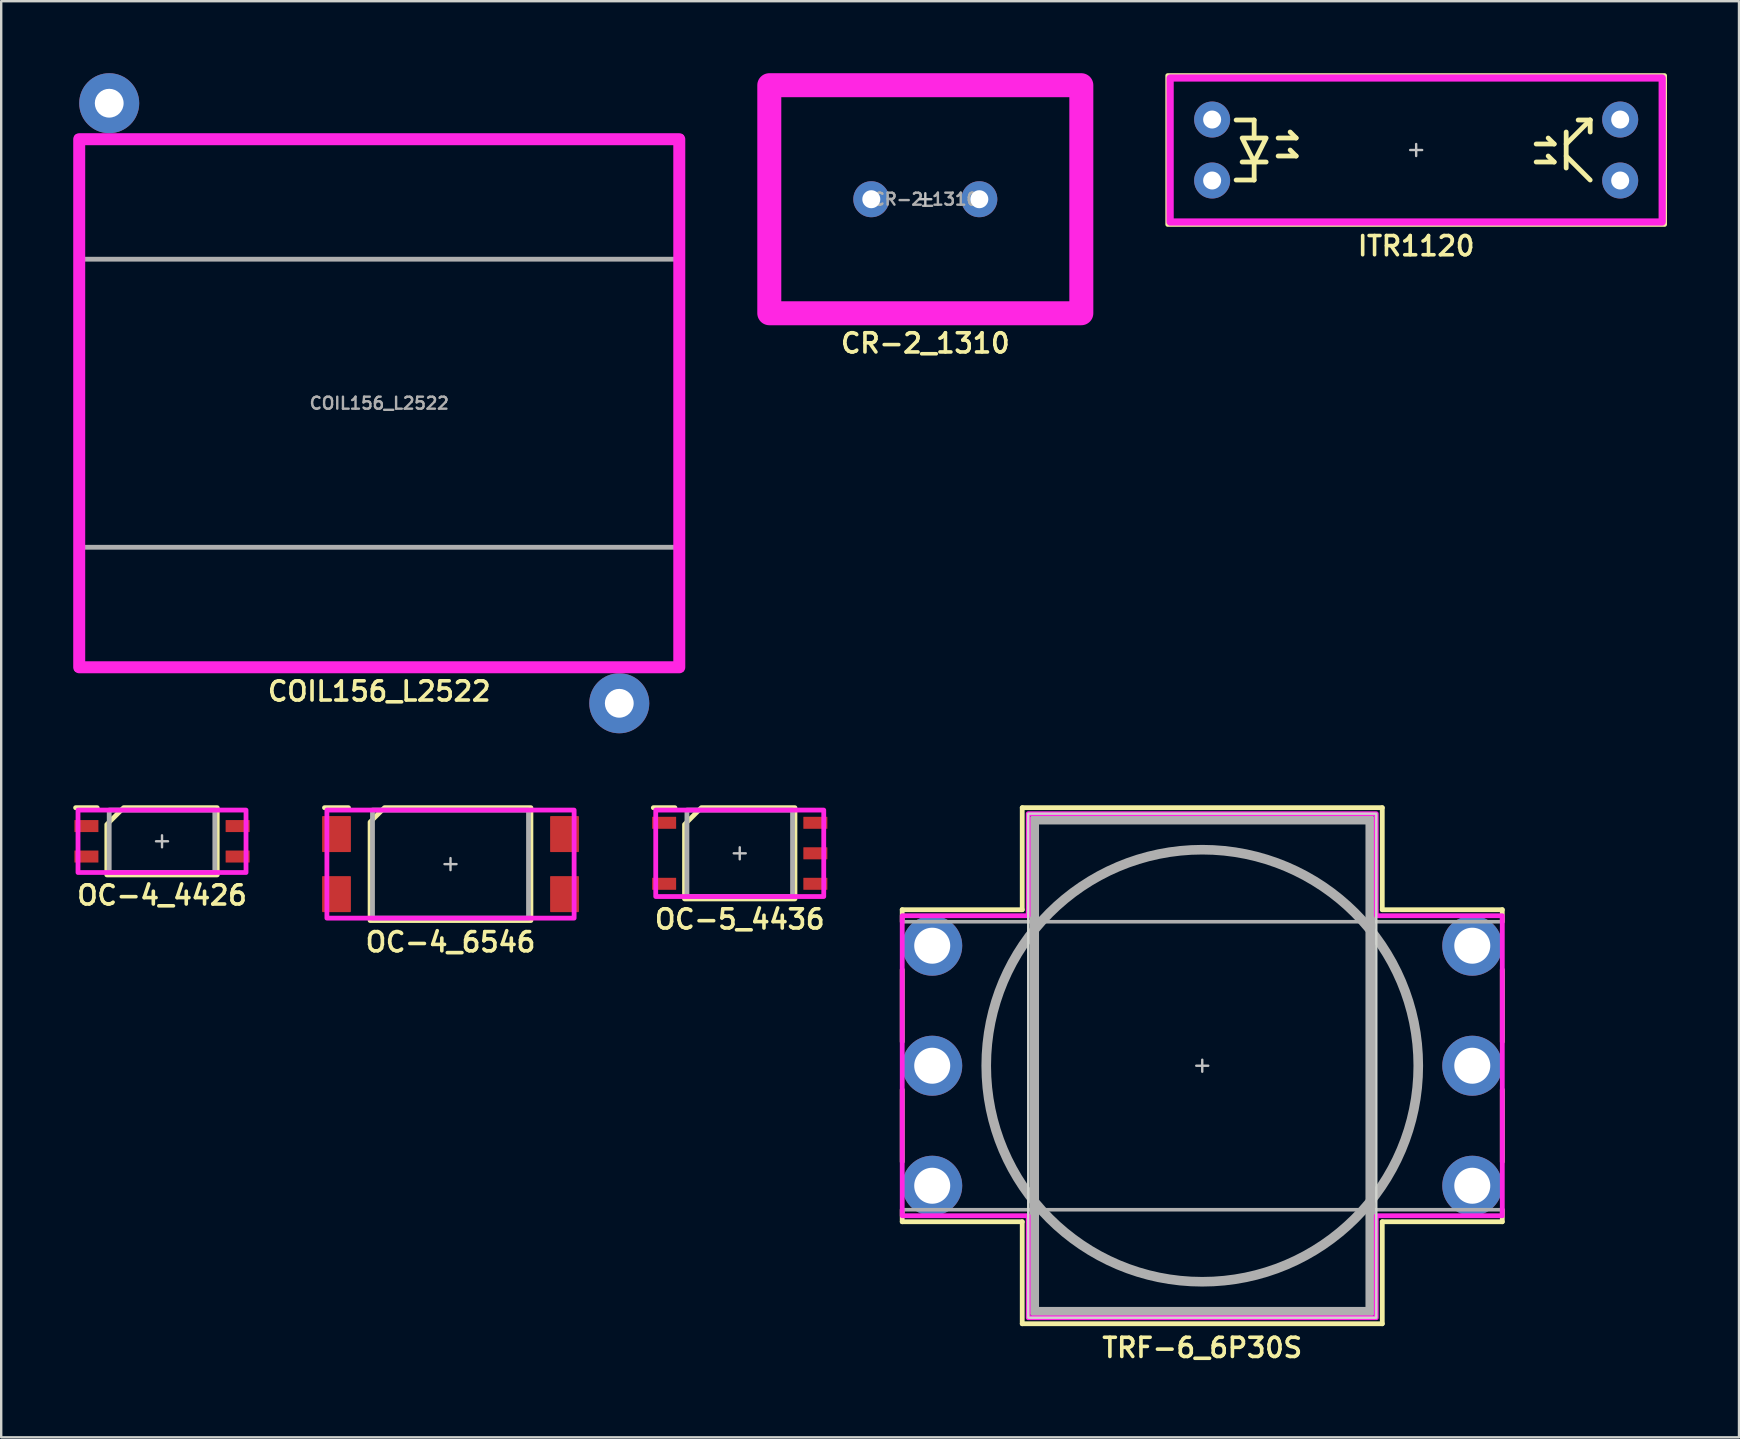
<source format=kicad_pcb>
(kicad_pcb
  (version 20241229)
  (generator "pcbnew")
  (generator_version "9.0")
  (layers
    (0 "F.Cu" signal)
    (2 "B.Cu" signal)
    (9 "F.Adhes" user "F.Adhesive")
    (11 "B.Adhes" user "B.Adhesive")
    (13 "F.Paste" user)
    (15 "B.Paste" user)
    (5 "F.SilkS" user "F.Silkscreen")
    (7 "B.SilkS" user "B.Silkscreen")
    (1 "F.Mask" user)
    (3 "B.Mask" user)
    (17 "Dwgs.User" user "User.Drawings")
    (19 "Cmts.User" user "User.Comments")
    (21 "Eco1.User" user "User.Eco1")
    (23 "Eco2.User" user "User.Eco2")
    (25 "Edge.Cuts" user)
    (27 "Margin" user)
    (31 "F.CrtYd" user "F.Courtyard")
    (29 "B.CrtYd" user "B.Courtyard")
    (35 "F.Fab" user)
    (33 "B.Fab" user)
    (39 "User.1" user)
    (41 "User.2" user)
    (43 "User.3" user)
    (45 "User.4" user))
  (footprint "OC-5_4436"
    (layer "F.Cu")
    (at 27.769 32.5)
    (property "Reference" "OC-5_4436" (at 0 2.75 0) (unlocked yes) (layer "F.SilkS") (effects (font (size 0.8 0.8) (thickness 0.15))))
    (attr smd)
    (fp_line (start -3.6 -1.9) (end -2.7 -1.9) (stroke (width 0.2) (type solid)) (layer "F.SilkS"))
    (fp_poly (pts (xy 2.3 1.9) (xy -2.3 1.9) (xy -2.3 -1.2) (xy -1.6 -1.9) (xy 2.3 -1.9)) (stroke (width 0.2) (type solid)) (fill no) (layer "F.SilkS"))
    (fp_line (start -0.25 0) (end 0.25 0) (stroke (width 0.1) (type solid)) (layer "Dwgs.User"))
    (fp_line (start 0 -0.25) (end 0 0.25) (stroke (width 0.1) (type solid)) (layer "Dwgs.User"))
    (fp_rect (start -3.5 -1.8) (end 3.5 1.8) (stroke (width 0.2) (type solid)) (fill no) (layer "F.CrtYd"))
    (fp_rect (start -2.2 -1.8) (end 2.2 1.8) (stroke (width 0.2) (type solid)) (fill no) (layer "F.Fab"))
    (pad "1" smd roundrect (at -3.15 -1.27) (size 1 0.5) (layers "F.Cu" "F.Mask" "F.Paste") (roundrect_rratio 0.025))
    (pad "2" smd roundrect (at -3.15 1.27) (size 1 0.5) (layers "F.Cu" "F.Mask" "F.Paste") (roundrect_rratio 0.025))
    (pad "3" smd roundrect (at 3.15 1.27) (size 1 0.5) (layers "F.Cu" "F.Mask" "F.Paste") (roundrect_rratio 0.025))
    (pad "4" smd roundrect (at 3.15 0) (size 1 0.5) (layers "F.Cu" "F.Mask" "F.Paste") (roundrect_rratio 0.025))
    (pad "5" smd roundrect (at 3.15 -1.27) (size 1 0.5) (layers "F.Cu" "F.Mask" "F.Paste") (roundrect_rratio 0.025)))
  (footprint "OC-4_4426"
    (layer "F.Cu")
    (at 3.7 32)
    (property "Reference" "OC-4_4426" (at 0 2.25 0) (unlocked yes) (layer "F.SilkS") (effects (font (size 0.8 0.8) (thickness 0.15))))
    (attr smd)
    (fp_line (start -3.6 -1.4) (end -2.7 -1.4) (stroke (width 0.2) (type solid)) (layer "F.SilkS"))
    (fp_poly (pts (xy 2.3 1.4) (xy -2.3 1.4) (xy -2.3 -0.7) (xy -1.6 -1.4) (xy 2.3 -1.4)) (stroke (width 0.2) (type solid)) (fill no) (layer "F.SilkS"))
    (fp_line (start -0.25 0) (end 0.25 0) (stroke (width 0.1) (type solid)) (layer "Dwgs.User"))
    (fp_line (start 0 -0.25) (end 0 0.25) (stroke (width 0.1) (type solid)) (layer "Dwgs.User"))
    (fp_rect (start -3.5 -1.3) (end 3.5 1.3) (stroke (width 0.2) (type solid)) (fill no) (layer "F.CrtYd"))
    (fp_rect (start -2.2 -1.3) (end 2.2 1.3) (stroke (width 0.2) (type solid)) (fill no) (layer "F.Fab"))
    (pad "1" smd roundrect (at -3.15 -0.635) (size 1 0.5) (layers "F.Cu" "F.Mask" "F.Paste") (roundrect_rratio 0.025))
    (pad "2" smd roundrect (at -3.15 0.635) (size 1 0.5) (layers "F.Cu" "F.Mask" "F.Paste") (roundrect_rratio 0.025))
    (pad "3" smd roundrect (at 3.15 0.635) (size 1 0.5) (layers "F.Cu" "F.Mask" "F.Paste") (roundrect_rratio 0.025))
    (pad "4" smd roundrect (at 3.15 -0.635) (size 1 0.5) (layers "F.Cu" "F.Mask" "F.Paste") (roundrect_rratio 0.025)))
  (footprint "ITR1120"
    (layer "F.Cu")
    (at 55.95 3.2)
    (property "Reference" "ITR1120" (at 0 4 0) (unlocked yes) (layer "F.SilkS") (effects (font (size 0.8 0.8) (thickness 0.15))))
    (attr through_hole)
    (fp_line (start -7.5 -1.25) (end -6.75 -1.25) (stroke (width 0.2) (type default)) (layer "F.SilkS"))
    (fp_line (start -7.5 1.25) (end -6.75 1.25) (stroke (width 0.2) (type default)) (layer "F.SilkS"))
    (fp_line (start -7.25 0.5) (end -6.25 0.5) (stroke (width 0.2) (type solid)) (layer "F.SilkS"))
    (fp_line (start -6.75 -1.25) (end -6.75 -0.5) (stroke (width 0.2) (type default)) (layer "F.SilkS"))
    (fp_line (start -6.75 1.25) (end -6.75 0.5) (stroke (width 0.2) (type default)) (layer "F.SilkS"))
    (fp_line (start -5.75 -0.5) (end -5 -0.5) (stroke (width 0.2) (type solid)) (layer "F.SilkS"))
    (fp_line (start -5.75 0.25) (end -5 0.25) (stroke (width 0.2) (type solid)) (layer "F.SilkS"))
    (fp_line (start -5 -0.5) (end -5.25 -0.75) (stroke (width 0.2) (type solid)) (layer "F.SilkS"))
    (fp_line (start -5 0.25) (end -5.25 0) (stroke (width 0.2) (type solid)) (layer "F.SilkS"))
    (fp_line (start 5 -0.25) (end 5.75 -0.25) (stroke (width 0.2) (type solid)) (layer "F.SilkS"))
    (fp_line (start 5 0.5) (end 5.75 0.5) (stroke (width 0.2) (type solid)) (layer "F.SilkS"))
    (fp_line (start 5.75 -0.25) (end 5.5 -0.5) (stroke (width 0.2) (type solid)) (layer "F.SilkS"))
    (fp_line (start 5.75 0.5) (end 5.5 0.25) (stroke (width 0.2) (type solid)) (layer "F.SilkS"))
    (fp_line (start 6.25 -0.75) (end 6.25 0.75) (stroke (width 0.2) (type solid)) (layer "F.SilkS"))
    (fp_line (start 6.75 -1.25) (end 7.25 -1.25) (stroke (width 0.2) (type solid)) (layer "F.SilkS"))
    (fp_line (start 7.25 -1.25) (end 6.25 -0.25) (stroke (width 0.2) (type solid)) (layer "F.SilkS"))
    (fp_line (start 7.25 -0.75) (end 7.25 -1.25) (stroke (width 0.2) (type solid)) (layer "F.SilkS"))
    (fp_line (start 7.25 1.25) (end 6.25 0.25) (stroke (width 0.2) (type solid)) (layer "F.SilkS"))
    (fp_rect (start -10.35 -3.1) (end 10.35 3.1) (stroke (width 0.2) (type default)) (fill no) (layer "F.SilkS"))
    (fp_poly (pts (xy -7.25 -0.5) (xy -6.25 -0.5) (xy -6.75 0.5)) (stroke (width 0.2) (type solid)) (fill no) (layer "F.SilkS"))
    (fp_line (start -0.25 0) (end 0.25 0) (stroke (width 0.1) (type default)) (layer "Dwgs.User"))
    (fp_line (start 0 -0.25) (end 0 0.25) (stroke (width 0.1) (type default)) (layer "Dwgs.User"))
    (fp_rect (start -10.25 -3) (end 10.25 3) (stroke (width 0.3) (type default)) (fill no) (layer "F.CrtYd"))
    (pad "1" thru_hole circle (at -8.5 -1.27) (size 1.5 1.5) (drill 0.75) (layers "*.Cu" "*.Mask"))
    (pad "2" thru_hole circle (at -8.5 1.27) (size 1.5 1.5) (drill 0.75) (layers "*.Cu" "*.Mask"))
    (pad "3" thru_hole circle (at 8.5 -1.27) (size 1.5 1.5) (drill 0.75) (layers "*.Cu" "*.Mask"))
    (pad "4" thru_hole circle (at 8.5 1.27) (size 1.5 1.5) (drill 0.75) (layers "*.Cu" "*.Mask")))
  (footprint "COIL156_L2522"
    (layer "F.Cu")
    (at 12.75 13.75)
    (property "Reference" "COIL156_L2522" (at 0 12 0) (unlocked yes) (layer "F.SilkS") (effects (font (size 0.8 0.8) (thickness 0.15))))
    (attr through_hole)
    (fp_rect (start -12.6 -11.1) (end 12.6 11.1) (stroke (width 0.2) (type default)) (fill no) (layer "F.SilkS"))
    (fp_rect (start -12.5 -11) (end 12.5 11) (stroke (width 0.5) (type default)) (fill no) (layer "F.CrtYd"))
    (fp_rect (start -12.5 -6) (end 12.5 6) (stroke (width 0.2) (type default)) (fill no) (layer "F.Fab"))
    (fp_text user "${REFERENCE}" (at 0 0 0) (unlocked yes) (layer "F.Fab") (effects (font (size 0.5 0.5) (thickness 0.1))))
    (pad "1" thru_hole circle (at -11.25 -12.5) (size 2.5 2.5) (drill 1.2) (layers "*.Cu" "*.Mask"))
    (pad "2" thru_hole circle (at 10 12.5) (size 2.5 2.5) (drill 1.2) (layers "*.Cu" "*.Mask")))
  (footprint "OC-4_6546"
    (layer "F.Cu")
    (at 15.719 32.95)
    (property "Reference" "OC-4_6546" (at 0 3.25 0) (unlocked yes) (layer "F.SilkS") (effects (font (size 0.8 0.8) (thickness 0.15))))
    (attr smd)
    (fp_line (start -5.25 -2.35) (end -4.25 -2.35) (stroke (width 0.2) (type solid)) (layer "F.SilkS"))
    (fp_poly (pts (xy 3.35 2.35) (xy -3.35 2.35) (xy -3.35 -1.75) (xy -2.75 -2.35) (xy 3.35 -2.35)) (stroke (width 0.2) (type solid)) (fill no) (layer "F.SilkS"))
    (fp_line (start -0.25 0) (end 0.25 0) (stroke (width 0.1) (type solid)) (layer "Dwgs.User"))
    (fp_line (start 0 -0.25) (end 0 0.25) (stroke (width 0.1) (type solid)) (layer "Dwgs.User"))
    (fp_rect (start -5.15 -2.25) (end 5.15 2.25) (stroke (width 0.2) (type solid)) (fill no) (layer "F.CrtYd"))
    (fp_rect (start -3.25 -2.25) (end 3.25 2.25) (stroke (width 0.2) (type solid)) (fill no) (layer "F.Fab"))
    (pad "1" smd roundrect (at -4.75 -1.25 90) (size 1.5 1.2) (layers "F.Cu" "F.Mask" "F.Paste") (roundrect_rratio 0.025))
    (pad "2" smd roundrect (at -4.75 1.25 90) (size 1.5 1.2) (layers "F.Cu" "F.Mask" "F.Paste") (roundrect_rratio 0.025))
    (pad "3" smd roundrect (at 4.75 1.25 90) (size 1.5 1.2) (layers "F.Cu" "F.Mask" "F.Paste") (roundrect_rratio 0.025))
    (pad "4" smd roundrect (at 4.75 -1.25 90) (size 1.5 1.2) (layers "F.Cu" "F.Mask" "F.Paste") (roundrect_rratio 0.025)))
  (footprint "TRF-6_6P30S"
    (layer "F.Cu")
    (at 47.038 41.35)
    (property "Reference" "TRF-6_6P30S" (at 0 11.75 0) (unlocked yes) (layer "F.SilkS") (effects (font (size 0.8 0.8) (thickness 0.15))))
    (attr through_hole)
    (fp_line (start -12.5 -6.5) (end -12.5 -6) (stroke (width 0.2) (type solid)) (layer "F.SilkS"))
    (fp_line (start -12.5 -6.5) (end -7.5 -6.5) (stroke (width 0.2) (type solid)) (layer "F.SilkS"))
    (fp_line (start -12.5 -4) (end -12.5 -1) (stroke (width 0.2) (type solid)) (layer "F.SilkS"))
    (fp_line (start -12.5 1) (end -12.5 4) (stroke (width 0.2) (type solid)) (layer "F.SilkS"))
    (fp_line (start -12.5 6) (end -12.5 6.5) (stroke (width 0.2) (type solid)) (layer "F.SilkS"))
    (fp_line (start -12.5 6.5) (end -7.5 6.5) (stroke (width 0.2) (type solid)) (layer "F.SilkS"))
    (fp_line (start -7.5 -10.75) (end 7.5 -10.75) (stroke (width 0.2) (type solid)) (layer "F.SilkS"))
    (fp_line (start -7.5 -6.5) (end -7.5 -10.75) (stroke (width 0.2) (type solid)) (layer "F.SilkS"))
    (fp_line (start -7.5 6.5) (end -7.5 10.75) (stroke (width 0.2) (type solid)) (layer "F.SilkS"))
    (fp_line (start -7.5 10.75) (end 7.5 10.75) (stroke (width 0.2) (type solid)) (layer "F.SilkS"))
    (fp_line (start 7.5 -10.75) (end 7.5 -6.5) (stroke (width 0.2) (type solid)) (layer "F.SilkS"))
    (fp_line (start 7.5 -6.5) (end 12.5 -6.5) (stroke (width 0.2) (type solid)) (layer "F.SilkS"))
    (fp_line (start 7.5 6.5) (end 12.5 6.5) (stroke (width 0.2) (type solid)) (layer "F.SilkS"))
    (fp_line (start 7.5 10.75) (end 7.5 6.5) (stroke (width 0.2) (type solid)) (layer "F.SilkS"))
    (fp_line (start 12.5 -6.5) (end 12.5 -6) (stroke (width 0.2) (type solid)) (layer "F.SilkS"))
    (fp_line (start 12.5 -4) (end 12.5 -1) (stroke (width 0.2) (type solid)) (layer "F.SilkS"))
    (fp_line (start 12.5 1) (end 12.5 4) (stroke (width 0.2) (type solid)) (layer "F.SilkS"))
    (fp_line (start 12.5 6.5) (end 12.5 6) (stroke (width 0.2) (type solid)) (layer "F.SilkS"))
    (fp_line (start -0.25 0) (end 0.25 0) (stroke (width 0.1) (type solid)) (layer "Dwgs.User"))
    (fp_line (start 0 -0.25) (end 0 0.25) (stroke (width 0.1) (type solid)) (layer "Dwgs.User"))
    (fp_rect (start -7.25 -10.5) (end 7.25 10.5) (stroke (width 0.1) (type solid)) (fill no) (layer "Edge.Cuts"))
    (fp_poly (pts (xy 7.25 -6.25) (xy 12.5 -6.25) (xy 12.5 6.25) (xy 7.25 6.25) (xy 7.25 10.5) (xy -7.25 10.5) (xy -7.25 6.25) (xy -12.5 6.25) (xy -12.5 -6.25) (xy -7.25 -6.25) (xy -7.25 -10.5) (xy 7.25 -10.5)) (stroke (width 0.2) (type solid)) (fill no) (layer "F.CrtYd"))
    (fp_rect (start -12.5 -6) (end 12.5 6) (stroke (width 0.15) (type solid)) (fill no) (layer "F.Fab"))
    (fp_rect (start -7 -10.25) (end 7 10.25) (stroke (width 0.4) (type solid)) (fill no) (layer "F.Fab"))
    (fp_circle (center 0 0) (end 9 0) (stroke (width 0.4) (type solid)) (fill no) (layer "F.Fab"))
    (pad "1" thru_hole circle (at -11.25 -5) (size 2.5 2.5) (drill 1.5) (layers "*.Cu" "*.Mask"))
    (pad "2" thru_hole circle (at -11.25 0) (size 2.5 2.5) (drill 1.5) (layers "*.Cu" "*.Mask"))
    (pad "3" thru_hole circle (at -11.25 5) (size 2.5 2.5) (drill 1.5) (layers "*.Cu" "*.Mask"))
    (pad "4" thru_hole circle (at 11.25 5) (size 2.5 2.5) (drill 1.5) (layers "*.Cu" "*.Mask"))
    (pad "5" thru_hole circle (at 11.25 0) (size 2.5 2.5) (drill 1.5) (layers "*.Cu" "*.Mask"))
    (pad "6" thru_hole circle (at 11.25 -5) (size 2.5 2.5) (drill 1.5) (layers "*.Cu" "*.Mask")))
  (footprint "CR-2_1310"
    (layer "F.Cu")
    (at 35.5 5.25)
    (property "Reference" "CR-2_1310" (at 0 6 0) (unlocked yes) (layer "F.SilkS") (effects (font (size 0.8 0.8) (thickness 0.15))))
    (attr through_hole)
    (fp_line (start -6.75 -5) (end -6.75 5) (stroke (width 0.2) (type default)) (layer "F.SilkS"))
    (fp_line (start -6.75 5) (end 6.75 5) (stroke (width 0.2) (type default)) (layer "F.SilkS"))
    (fp_line (start 6.75 -5) (end -6.75 -5) (stroke (width 0.2) (type default)) (layer "F.SilkS"))
    (fp_line (start 6.75 5) (end 6.75 -5) (stroke (width 0.2) (type default)) (layer "F.SilkS"))
    (fp_line (start -0.25 0) (end 0.25 0) (stroke (width 0.1) (type default)) (layer "Dwgs.User"))
    (fp_line (start 0 -0.25) (end 0 0.25) (stroke (width 0.1) (type default)) (layer "Dwgs.User"))
    (fp_rect (start -6.5 -4.75) (end 6.5 4.75) (stroke (width 1) (type default)) (fill no) (layer "F.CrtYd"))
    (fp_text user "${REFERENCE}" (at 0 0 0) (unlocked yes) (layer "F.Fab") (effects (font (size 0.5 0.5) (thickness 0.1))))
    (pad "1" thru_hole oval (at -2.25 0) (size 1.5 1.5) (drill oval 0.75) (layers "*.Cu" "*.Mask"))
    (pad "2" thru_hole oval (at 2.25 0) (size 1.5 1.5) (drill oval 0.75) (layers "*.Cu" "*.Mask")))
  (gr_rect
    (start -3 -3)
    (end 69.4 56.831)
    (stroke (width 0.1) (type default))
    (fill no)
    (layer "Edge.Cuts")))
</source>
